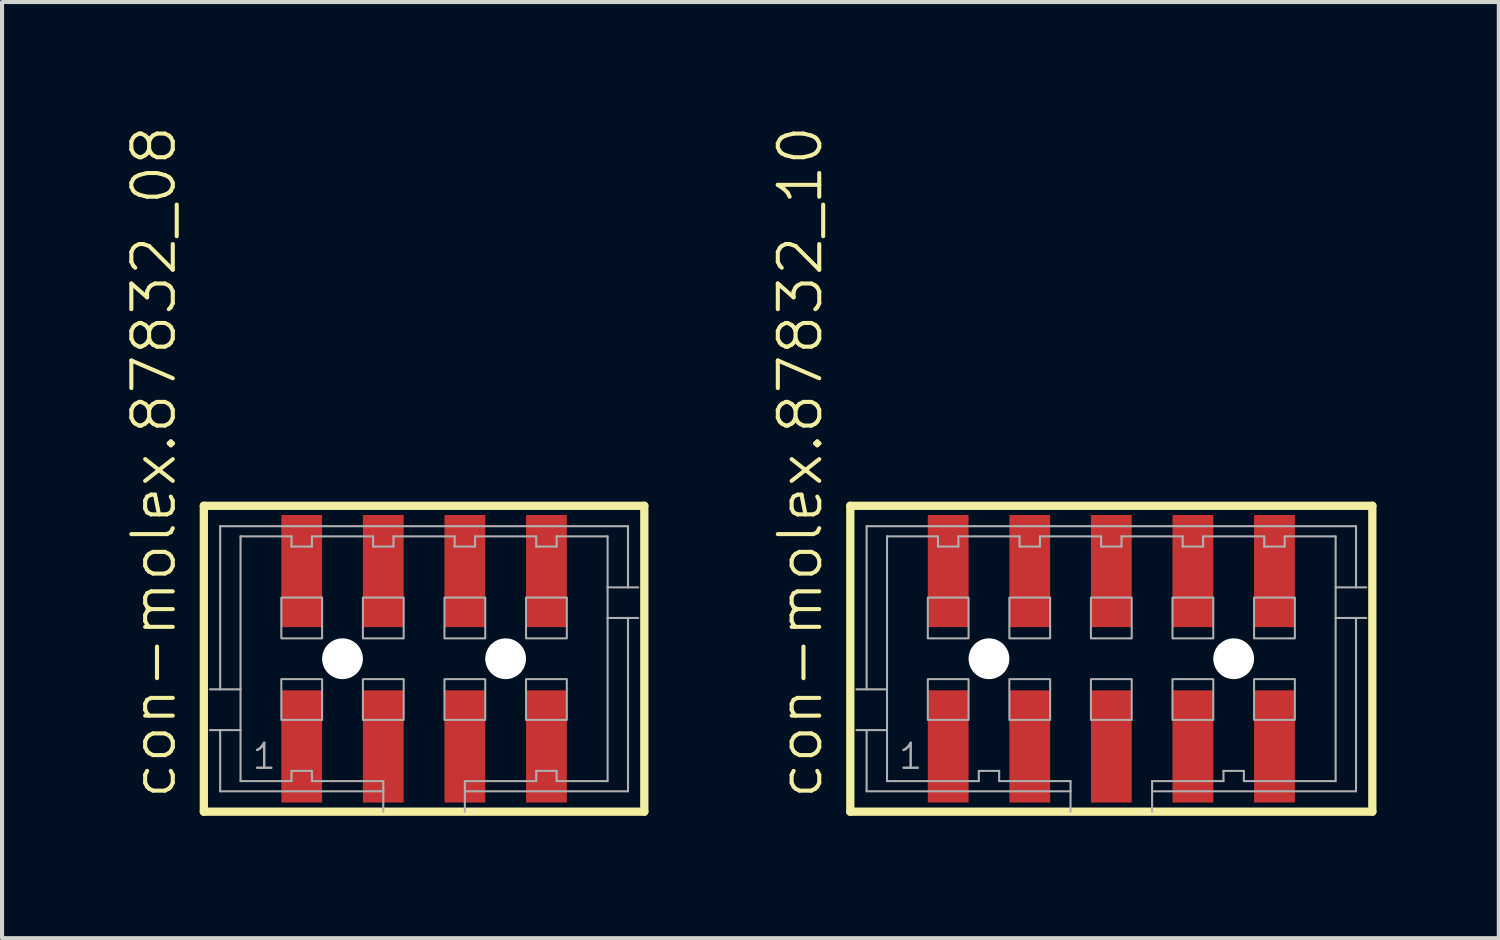
<source format=kicad_pcb>
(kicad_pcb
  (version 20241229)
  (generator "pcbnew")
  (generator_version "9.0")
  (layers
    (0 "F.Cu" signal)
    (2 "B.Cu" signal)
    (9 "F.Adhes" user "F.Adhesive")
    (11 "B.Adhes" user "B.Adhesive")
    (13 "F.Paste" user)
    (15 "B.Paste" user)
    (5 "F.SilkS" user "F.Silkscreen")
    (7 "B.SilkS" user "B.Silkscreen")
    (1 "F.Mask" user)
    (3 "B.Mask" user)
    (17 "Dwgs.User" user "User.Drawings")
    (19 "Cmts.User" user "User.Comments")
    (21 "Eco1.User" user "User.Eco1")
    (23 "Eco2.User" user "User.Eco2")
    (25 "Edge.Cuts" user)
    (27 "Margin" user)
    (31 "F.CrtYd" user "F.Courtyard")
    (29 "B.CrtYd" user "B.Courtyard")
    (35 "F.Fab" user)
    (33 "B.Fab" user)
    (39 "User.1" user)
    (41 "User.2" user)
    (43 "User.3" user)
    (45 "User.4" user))
  (footprint "con-molex.87832_10"
    (layer "F.Cu")
    (at 24.199 13.102)
    (property "Reference" "con-molex.87832_10" (at -7.032 3.493 90) (layer "F.SilkS") (effects (font (size 1.016 1.016) (thickness 0.1)) (justify left bottom)))
    (attr smd)
    (fp_line (start -6.4 -3.75) (end 6.4 -3.75) (stroke (width 0.203) (type default)) (layer "F.SilkS"))
    (fp_line (start -6.4 3.75) (end -6.4 -3.75) (stroke (width 0.203) (type default)) (layer "F.SilkS"))
    (fp_line (start 6.4 -3.75) (end 6.4 3.75) (stroke (width 0.203) (type default)) (layer "F.SilkS"))
    (fp_line (start 6.4 3.75) (end -6.4 3.75) (stroke (width 0.203) (type default)) (layer "F.SilkS"))
    (fp_line (start -6 -3.25) (end 6 -3.25) (stroke (width 0.051) (type default)) (layer "F.Fab"))
    (fp_line (start -6 0.75) (end -6.25 0.75) (stroke (width 0.051) (type default)) (layer "F.Fab"))
    (fp_line (start -6 0.75) (end -6 -3.25) (stroke (width 0.051) (type default)) (layer "F.Fab"))
    (fp_line (start -6 1.75) (end -6.25 1.75) (stroke (width 0.051) (type default)) (layer "F.Fab"))
    (fp_line (start -6 3.25) (end -6 1.75) (stroke (width 0.051) (type default)) (layer "F.Fab"))
    (fp_line (start -5.5 -3) (end -5.5 0.75) (stroke (width 0.051) (type default)) (layer "F.Fab"))
    (fp_line (start -5.5 0.75) (end -6 0.75) (stroke (width 0.051) (type default)) (layer "F.Fab"))
    (fp_line (start -5.5 0.75) (end -5.5 1.75) (stroke (width 0.051) (type default)) (layer "F.Fab"))
    (fp_line (start -5.5 1.75) (end -6 1.75) (stroke (width 0.051) (type default)) (layer "F.Fab"))
    (fp_line (start -5.5 1.75) (end -5.5 3) (stroke (width 0.051) (type default)) (layer "F.Fab"))
    (fp_line (start -5.5 3) (end -3.25 3) (stroke (width 0.051) (type default)) (layer "F.Fab"))
    (fp_line (start -4.25 -3) (end -5.5 -3) (stroke (width 0.051) (type default)) (layer "F.Fab"))
    (fp_line (start -4.25 -2.75) (end -4.25 -3) (stroke (width 0.051) (type default)) (layer "F.Fab"))
    (fp_line (start -3.75 -3) (end -3.75 -2.75) (stroke (width 0.051) (type default)) (layer "F.Fab"))
    (fp_line (start -3.75 -2.75) (end -4.25 -2.75) (stroke (width 0.051) (type default)) (layer "F.Fab"))
    (fp_line (start -3.25 2.75) (end -2.75 2.75) (stroke (width 0.051) (type default)) (layer "F.Fab"))
    (fp_line (start -3.25 3) (end -3.25 2.75) (stroke (width 0.051) (type default)) (layer "F.Fab"))
    (fp_line (start -2.75 2.75) (end -2.75 3) (stroke (width 0.051) (type default)) (layer "F.Fab"))
    (fp_line (start -2.75 3) (end -1 3) (stroke (width 0.051) (type default)) (layer "F.Fab"))
    (fp_line (start -2.25 -3) (end -3.75 -3) (stroke (width 0.051) (type default)) (layer "F.Fab"))
    (fp_line (start -2.25 -2.75) (end -2.25 -3) (stroke (width 0.051) (type default)) (layer "F.Fab"))
    (fp_line (start -1.75 -3) (end -1.75 -2.75) (stroke (width 0.051) (type default)) (layer "F.Fab"))
    (fp_line (start -1.75 -2.75) (end -2.25 -2.75) (stroke (width 0.051) (type default)) (layer "F.Fab"))
    (fp_line (start -1 3) (end -1 3.25) (stroke (width 0.051) (type default)) (layer "F.Fab"))
    (fp_line (start -1 3.25) (end -6 3.25) (stroke (width 0.051) (type default)) (layer "F.Fab"))
    (fp_line (start -1 3.25) (end -1 3.75) (stroke (width 0.051) (type default)) (layer "F.Fab"))
    (fp_line (start -0.25 -3) (end -1.75 -3) (stroke (width 0.051) (type default)) (layer "F.Fab"))
    (fp_line (start -0.25 -2.75) (end -0.25 -3) (stroke (width 0.051) (type default)) (layer "F.Fab"))
    (fp_line (start 0.25 -3) (end 0.25 -2.75) (stroke (width 0.051) (type default)) (layer "F.Fab"))
    (fp_line (start 0.25 -2.75) (end -0.25 -2.75) (stroke (width 0.051) (type default)) (layer "F.Fab"))
    (fp_line (start 1 3) (end 2.75 3) (stroke (width 0.051) (type default)) (layer "F.Fab"))
    (fp_line (start 1 3.25) (end 1 3) (stroke (width 0.051) (type default)) (layer "F.Fab"))
    (fp_line (start 1 3.75) (end 1 3.25) (stroke (width 0.051) (type default)) (layer "F.Fab"))
    (fp_line (start 1.75 -3) (end 0.25 -3) (stroke (width 0.051) (type default)) (layer "F.Fab"))
    (fp_line (start 1.75 -2.75) (end 1.75 -3) (stroke (width 0.051) (type default)) (layer "F.Fab"))
    (fp_line (start 2.25 -3) (end 2.25 -2.75) (stroke (width 0.051) (type default)) (layer "F.Fab"))
    (fp_line (start 2.25 -2.75) (end 1.75 -2.75) (stroke (width 0.051) (type default)) (layer "F.Fab"))
    (fp_line (start 2.75 2.75) (end 3.25 2.75) (stroke (width 0.051) (type default)) (layer "F.Fab"))
    (fp_line (start 2.75 3) (end 2.75 2.75) (stroke (width 0.051) (type default)) (layer "F.Fab"))
    (fp_line (start 3.25 2.75) (end 3.25 3) (stroke (width 0.051) (type default)) (layer "F.Fab"))
    (fp_line (start 3.25 3) (end 5.5 3) (stroke (width 0.051) (type default)) (layer "F.Fab"))
    (fp_line (start 3.75 -3) (end 2.25 -3) (stroke (width 0.051) (type default)) (layer "F.Fab"))
    (fp_line (start 3.75 -2.75) (end 3.75 -3) (stroke (width 0.051) (type default)) (layer "F.Fab"))
    (fp_line (start 4.25 -3) (end 4.25 -2.75) (stroke (width 0.051) (type default)) (layer "F.Fab"))
    (fp_line (start 4.25 -2.75) (end 3.75 -2.75) (stroke (width 0.051) (type default)) (layer "F.Fab"))
    (fp_line (start 5.5 -3) (end 4.25 -3) (stroke (width 0.051) (type default)) (layer "F.Fab"))
    (fp_line (start 5.5 -1.75) (end 5.5 -3) (stroke (width 0.051) (type default)) (layer "F.Fab"))
    (fp_line (start 5.5 -1.75) (end 6 -1.75) (stroke (width 0.051) (type default)) (layer "F.Fab"))
    (fp_line (start 5.5 -1) (end 5.5 -1.75) (stroke (width 0.051) (type default)) (layer "F.Fab"))
    (fp_line (start 5.5 -1) (end 6 -1) (stroke (width 0.051) (type default)) (layer "F.Fab"))
    (fp_line (start 5.5 3) (end 5.5 -1) (stroke (width 0.051) (type default)) (layer "F.Fab"))
    (fp_line (start 6 -3.25) (end 6 -1.75) (stroke (width 0.051) (type default)) (layer "F.Fab"))
    (fp_line (start 6 -1.75) (end 6.25 -1.75) (stroke (width 0.051) (type default)) (layer "F.Fab"))
    (fp_line (start 6 -1) (end 6 3.25) (stroke (width 0.051) (type default)) (layer "F.Fab"))
    (fp_line (start 6 -1) (end 6.25 -1) (stroke (width 0.051) (type default)) (layer "F.Fab"))
    (fp_line (start 6 3.25) (end 1 3.25) (stroke (width 0.051) (type default)) (layer "F.Fab"))
    (fp_rect (start -4.5 -0.5) (end -3.5 -1.5) (stroke (width 0.05) (type default)) (fill no) (layer "F.Fab"))
    (fp_rect (start -4.5 1.5) (end -3.5 0.5) (stroke (width 0.05) (type default)) (fill no) (layer "F.Fab"))
    (fp_rect (start -2.5 -0.5) (end -1.5 -1.5) (stroke (width 0.05) (type default)) (fill no) (layer "F.Fab"))
    (fp_rect (start -2.5 1.5) (end -1.5 0.5) (stroke (width 0.05) (type default)) (fill no) (layer "F.Fab"))
    (fp_rect (start -0.5 -0.5) (end 0.5 -1.5) (stroke (width 0.05) (type default)) (fill no) (layer "F.Fab"))
    (fp_rect (start -0.5 1.5) (end 0.5 0.5) (stroke (width 0.05) (type default)) (fill no) (layer "F.Fab"))
    (fp_rect (start 1.5 -0.5) (end 2.5 -1.5) (stroke (width 0.05) (type default)) (fill no) (layer "F.Fab"))
    (fp_rect (start 1.5 1.5) (end 2.5 0.5) (stroke (width 0.05) (type default)) (fill no) (layer "F.Fab"))
    (fp_rect (start 3.5 -0.5) (end 4.5 -1.5) (stroke (width 0.05) (type default)) (fill no) (layer "F.Fab"))
    (fp_rect (start 3.5 1.5) (end 4.5 0.5) (stroke (width 0.05) (type default)) (fill no) (layer "F.Fab"))
    (fp_text user "1" (at -5.25 2.75 0) (layer "F.Fab") (effects (font (size 0.61 0.61) (thickness 0.06)) (justify left bottom)))
    (pad "" np_thru_hole circle (at -3 0) (size 1 1) (drill 1) (layers "*.Cu" "*.Mask"))
    (pad "" np_thru_hole circle (at 3 0) (size 1 1) (drill 1) (layers "*.Cu" "*.Mask"))
    (pad "1" smd roundrect (at -4 2.15) (size 1 2.75) (layers "F.Cu" "F.Mask" "F.Paste") (roundrect_rratio 0.01))
    (pad "2" smd roundrect (at -4 -2.15) (size 1 2.75) (layers "F.Cu" "F.Mask" "F.Paste") (roundrect_rratio 0.01))
    (pad "3" smd roundrect (at -2 2.15) (size 1 2.75) (layers "F.Cu" "F.Mask" "F.Paste") (roundrect_rratio 0.01))
    (pad "4" smd roundrect (at -2 -2.15) (size 1 2.75) (layers "F.Cu" "F.Mask" "F.Paste") (roundrect_rratio 0.01))
    (pad "5" smd roundrect (at 0 2.15) (size 1 2.75) (layers "F.Cu" "F.Mask" "F.Paste") (roundrect_rratio 0.01))
    (pad "6" smd roundrect (at 0 -2.15) (size 1 2.75) (layers "F.Cu" "F.Mask" "F.Paste") (roundrect_rratio 0.01))
    (pad "7" smd roundrect (at 2 2.15) (size 1 2.75) (layers "F.Cu" "F.Mask" "F.Paste") (roundrect_rratio 0.01))
    (pad "8" smd roundrect (at 2 -2.15) (size 1 2.75) (layers "F.Cu" "F.Mask" "F.Paste") (roundrect_rratio 0.01))
    (pad "9" smd roundrect (at 4 2.15 180) (size 1 2.75) (layers "F.Cu" "F.Mask" "F.Paste") (roundrect_rratio 0.01))
    (pad "10" smd roundrect (at 4 -2.15 180) (size 1 2.75) (layers "F.Cu" "F.Mask" "F.Paste") (roundrect_rratio 0.01)))
  (footprint "con-molex.87832_08"
    (layer "F.Cu")
    (at 7.348 13.102)
    (property "Reference" "con-molex.87832_08" (at -6.032 3.493 90) (layer "F.SilkS") (effects (font (size 1.016 1.016) (thickness 0.1)) (justify left bottom)))
    (attr smd)
    (fp_line (start -5.4 -3.75) (end 5.4 -3.75) (stroke (width 0.203) (type default)) (layer "F.SilkS"))
    (fp_line (start -5.4 3.75) (end -5.4 -3.75) (stroke (width 0.203) (type default)) (layer "F.SilkS"))
    (fp_line (start 5.4 -3.75) (end 5.4 3.75) (stroke (width 0.203) (type default)) (layer "F.SilkS"))
    (fp_line (start 5.4 3.75) (end -5.4 3.75) (stroke (width 0.203) (type default)) (layer "F.SilkS"))
    (fp_line (start -5 -3.25) (end 5 -3.25) (stroke (width 0.051) (type default)) (layer "F.Fab"))
    (fp_line (start -5 0.75) (end -5.25 0.75) (stroke (width 0.051) (type default)) (layer "F.Fab"))
    (fp_line (start -5 0.75) (end -5 -3.25) (stroke (width 0.051) (type default)) (layer "F.Fab"))
    (fp_line (start -5 1.75) (end -5.25 1.75) (stroke (width 0.051) (type default)) (layer "F.Fab"))
    (fp_line (start -5 3.25) (end -5 1.75) (stroke (width 0.051) (type default)) (layer "F.Fab"))
    (fp_line (start -4.5 -3) (end -4.5 0.75) (stroke (width 0.051) (type default)) (layer "F.Fab"))
    (fp_line (start -4.5 0.75) (end -5 0.75) (stroke (width 0.051) (type default)) (layer "F.Fab"))
    (fp_line (start -4.5 0.75) (end -4.5 1.75) (stroke (width 0.051) (type default)) (layer "F.Fab"))
    (fp_line (start -4.5 1.75) (end -5 1.75) (stroke (width 0.051) (type default)) (layer "F.Fab"))
    (fp_line (start -4.5 1.75) (end -4.5 3) (stroke (width 0.051) (type default)) (layer "F.Fab"))
    (fp_line (start -4.5 3) (end -3.25 3) (stroke (width 0.051) (type default)) (layer "F.Fab"))
    (fp_line (start -3.25 -3) (end -4.5 -3) (stroke (width 0.051) (type default)) (layer "F.Fab"))
    (fp_line (start -3.25 -2.75) (end -3.25 -3) (stroke (width 0.051) (type default)) (layer "F.Fab"))
    (fp_line (start -3.25 2.75) (end -2.75 2.75) (stroke (width 0.051) (type default)) (layer "F.Fab"))
    (fp_line (start -3.25 3) (end -3.25 2.75) (stroke (width 0.051) (type default)) (layer "F.Fab"))
    (fp_line (start -2.75 -3) (end -2.75 -2.75) (stroke (width 0.051) (type default)) (layer "F.Fab"))
    (fp_line (start -2.75 -2.75) (end -3.25 -2.75) (stroke (width 0.051) (type default)) (layer "F.Fab"))
    (fp_line (start -2.75 2.75) (end -2.75 3) (stroke (width 0.051) (type default)) (layer "F.Fab"))
    (fp_line (start -2.75 3) (end -1 3) (stroke (width 0.051) (type default)) (layer "F.Fab"))
    (fp_line (start -1.25 -3) (end -2.75 -3) (stroke (width 0.051) (type default)) (layer "F.Fab"))
    (fp_line (start -1.25 -2.75) (end -1.25 -3) (stroke (width 0.051) (type default)) (layer "F.Fab"))
    (fp_line (start -1 3) (end -1 3.25) (stroke (width 0.051) (type default)) (layer "F.Fab"))
    (fp_line (start -1 3.25) (end -5 3.25) (stroke (width 0.051) (type default)) (layer "F.Fab"))
    (fp_line (start -1 3.25) (end -1 3.75) (stroke (width 0.051) (type default)) (layer "F.Fab"))
    (fp_line (start -0.75 -3) (end -0.75 -2.75) (stroke (width 0.051) (type default)) (layer "F.Fab"))
    (fp_line (start -0.75 -2.75) (end -1.25 -2.75) (stroke (width 0.051) (type default)) (layer "F.Fab"))
    (fp_line (start 0.75 -3) (end -0.75 -3) (stroke (width 0.051) (type default)) (layer "F.Fab"))
    (fp_line (start 0.75 -2.75) (end 0.75 -3) (stroke (width 0.051) (type default)) (layer "F.Fab"))
    (fp_line (start 1 3) (end 2.75 3) (stroke (width 0.051) (type default)) (layer "F.Fab"))
    (fp_line (start 1 3.25) (end 1 3) (stroke (width 0.051) (type default)) (layer "F.Fab"))
    (fp_line (start 1 3.75) (end 1 3.25) (stroke (width 0.051) (type default)) (layer "F.Fab"))
    (fp_line (start 1.25 -3) (end 1.25 -2.75) (stroke (width 0.051) (type default)) (layer "F.Fab"))
    (fp_line (start 1.25 -2.75) (end 0.75 -2.75) (stroke (width 0.051) (type default)) (layer "F.Fab"))
    (fp_line (start 2.75 -3) (end 1.25 -3) (stroke (width 0.051) (type default)) (layer "F.Fab"))
    (fp_line (start 2.75 -2.75) (end 2.75 -3) (stroke (width 0.051) (type default)) (layer "F.Fab"))
    (fp_line (start 2.75 2.75) (end 3.25 2.75) (stroke (width 0.051) (type default)) (layer "F.Fab"))
    (fp_line (start 2.75 3) (end 2.75 2.75) (stroke (width 0.051) (type default)) (layer "F.Fab"))
    (fp_line (start 3.25 -3) (end 3.25 -2.75) (stroke (width 0.051) (type default)) (layer "F.Fab"))
    (fp_line (start 3.25 -2.75) (end 2.75 -2.75) (stroke (width 0.051) (type default)) (layer "F.Fab"))
    (fp_line (start 3.25 2.75) (end 3.25 3) (stroke (width 0.051) (type default)) (layer "F.Fab"))
    (fp_line (start 3.25 3) (end 4.5 3) (stroke (width 0.051) (type default)) (layer "F.Fab"))
    (fp_line (start 4.5 -3) (end 3.25 -3) (stroke (width 0.051) (type default)) (layer "F.Fab"))
    (fp_line (start 4.5 -1.75) (end 4.5 -3) (stroke (width 0.051) (type default)) (layer "F.Fab"))
    (fp_line (start 4.5 -1.75) (end 5 -1.75) (stroke (width 0.051) (type default)) (layer "F.Fab"))
    (fp_line (start 4.5 -1) (end 4.5 -1.75) (stroke (width 0.051) (type default)) (layer "F.Fab"))
    (fp_line (start 4.5 -1) (end 5 -1) (stroke (width 0.051) (type default)) (layer "F.Fab"))
    (fp_line (start 4.5 3) (end 4.5 -1) (stroke (width 0.051) (type default)) (layer "F.Fab"))
    (fp_line (start 5 -3.25) (end 5 -1.75) (stroke (width 0.051) (type default)) (layer "F.Fab"))
    (fp_line (start 5 -1.75) (end 5.25 -1.75) (stroke (width 0.051) (type default)) (layer "F.Fab"))
    (fp_line (start 5 -1) (end 5 3.25) (stroke (width 0.051) (type default)) (layer "F.Fab"))
    (fp_line (start 5 -1) (end 5.25 -1) (stroke (width 0.051) (type default)) (layer "F.Fab"))
    (fp_line (start 5 3.25) (end 1 3.25) (stroke (width 0.051) (type default)) (layer "F.Fab"))
    (fp_rect (start -3.5 -0.5) (end -2.5 -1.5) (stroke (width 0.05) (type default)) (fill no) (layer "F.Fab"))
    (fp_rect (start -3.5 1.5) (end -2.5 0.5) (stroke (width 0.05) (type default)) (fill no) (layer "F.Fab"))
    (fp_rect (start -1.5 -0.5) (end -0.5 -1.5) (stroke (width 0.05) (type default)) (fill no) (layer "F.Fab"))
    (fp_rect (start -1.5 1.5) (end -0.5 0.5) (stroke (width 0.05) (type default)) (fill no) (layer "F.Fab"))
    (fp_rect (start 0.5 -0.5) (end 1.5 -1.5) (stroke (width 0.05) (type default)) (fill no) (layer "F.Fab"))
    (fp_rect (start 0.5 1.5) (end 1.5 0.5) (stroke (width 0.05) (type default)) (fill no) (layer "F.Fab"))
    (fp_rect (start 2.5 -0.5) (end 3.5 -1.5) (stroke (width 0.05) (type default)) (fill no) (layer "F.Fab"))
    (fp_rect (start 2.5 1.5) (end 3.5 0.5) (stroke (width 0.05) (type default)) (fill no) (layer "F.Fab"))
    (fp_text user "1" (at -4.25 2.75 0) (layer "F.Fab") (effects (font (size 0.61 0.61) (thickness 0.06)) (justify left bottom)))
    (pad "" np_thru_hole circle (at -2 0) (size 1 1) (drill 1) (layers "*.Cu" "*.Mask"))
    (pad "" np_thru_hole circle (at 2 0) (size 1 1) (drill 1) (layers "*.Cu" "*.Mask"))
    (pad "1" smd roundrect (at -3 2.15) (size 1 2.75) (layers "F.Cu" "F.Mask" "F.Paste") (roundrect_rratio 0.01))
    (pad "2" smd roundrect (at -3 -2.15) (size 1 2.75) (layers "F.Cu" "F.Mask" "F.Paste") (roundrect_rratio 0.01))
    (pad "3" smd roundrect (at -1 2.15) (size 1 2.75) (layers "F.Cu" "F.Mask" "F.Paste") (roundrect_rratio 0.01))
    (pad "4" smd roundrect (at -1 -2.15) (size 1 2.75) (layers "F.Cu" "F.Mask" "F.Paste") (roundrect_rratio 0.01))
    (pad "5" smd roundrect (at 1 2.15) (size 1 2.75) (layers "F.Cu" "F.Mask" "F.Paste") (roundrect_rratio 0.01))
    (pad "6" smd roundrect (at 1 -2.15) (size 1 2.75) (layers "F.Cu" "F.Mask" "F.Paste") (roundrect_rratio 0.01))
    (pad "7" smd roundrect (at 3 2.15) (size 1 2.75) (layers "F.Cu" "F.Mask" "F.Paste") (roundrect_rratio 0.01))
    (pad "8" smd roundrect (at 3 -2.15) (size 1 2.75) (layers "F.Cu" "F.Mask" "F.Paste") (roundrect_rratio 0.01)))
  (gr_rect
    (start -3 -3)
    (end 33.7 19.954)
    (stroke (width 0.1) (type default))
    (fill no)
    (layer "Edge.Cuts")))
</source>
